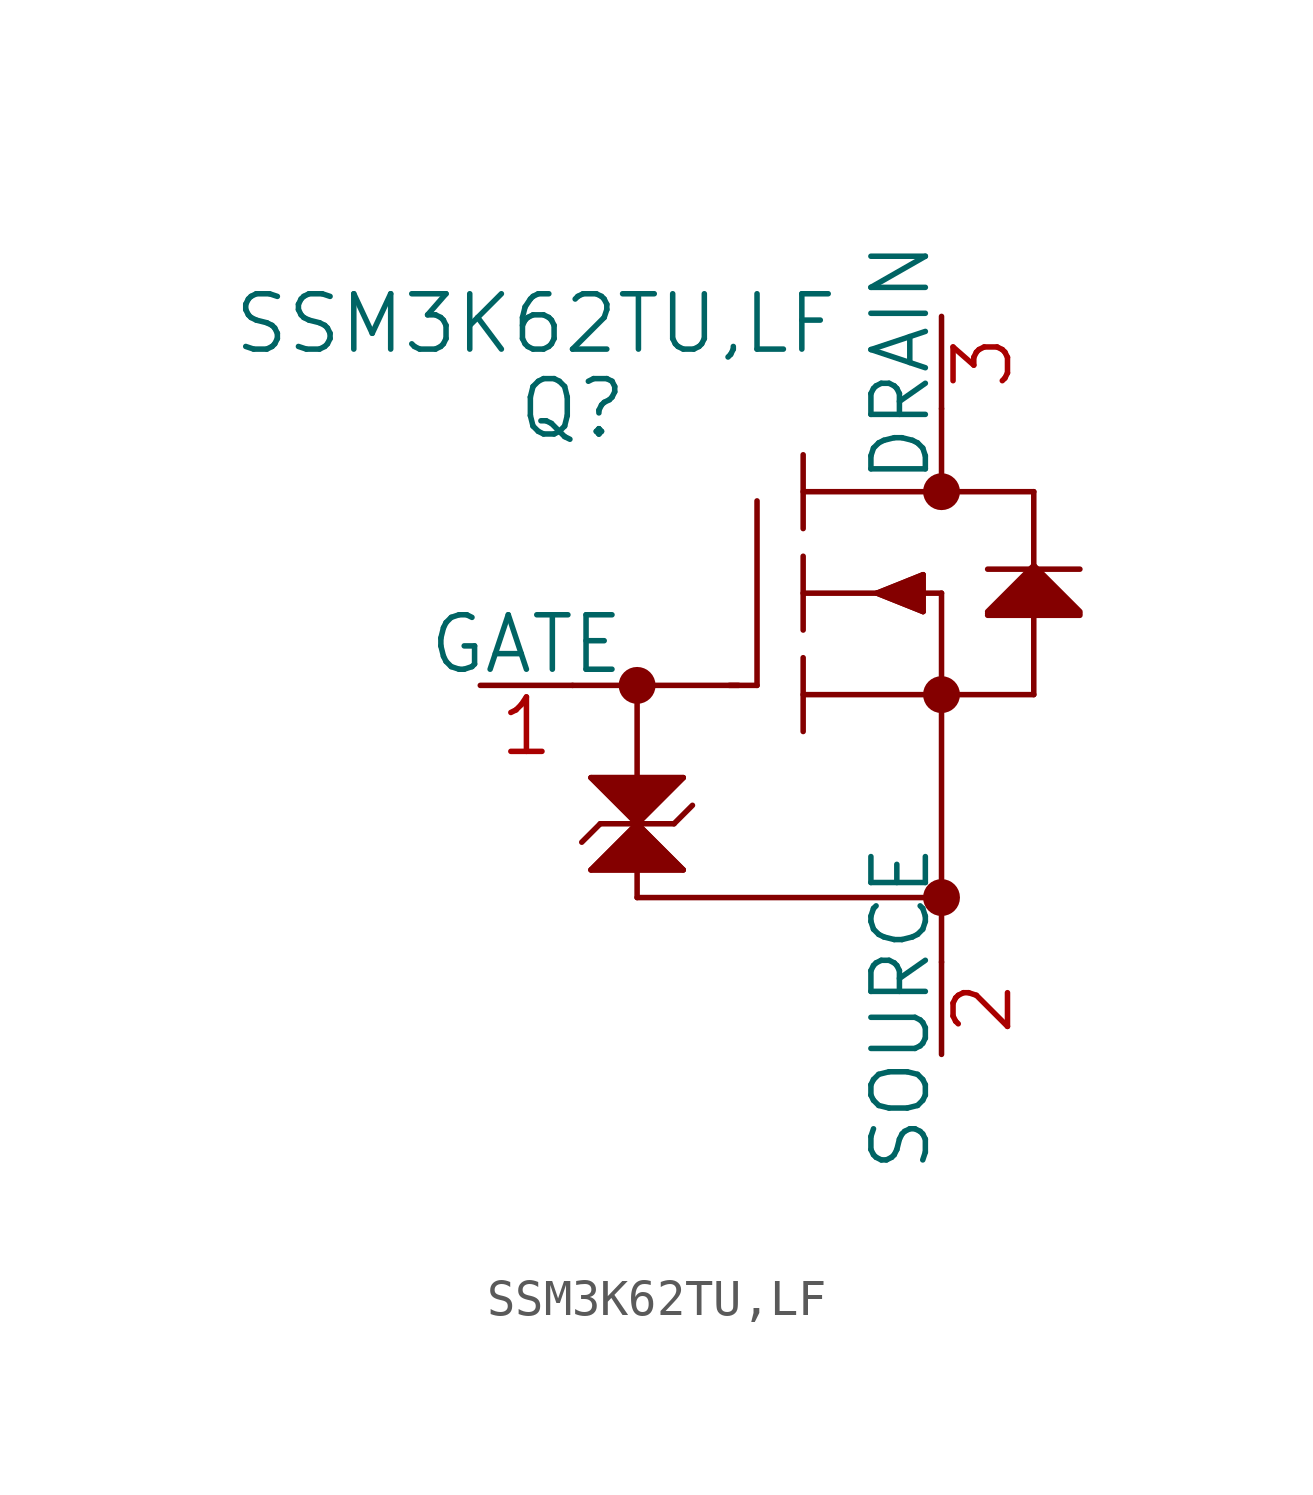
<source format=kicad_sym>
(kicad_symbol_lib
  (version 20211014)
  (generator kicad_symbol_editor)
  (symbol "SSM3K62TU,LF"
    (pin_names
      (offset 0))
    (property "Reference" "Q"
      (at 0 0 0)
      (effects (font (size 1.524 1.524))))
    (property "Value" "SSM3K62TU,LF"
      (at -1.016 2.337 0)
      (effects (font (size 1.524 1.524))))
    (property "Datasheet" ""
      (at 0 0 0)
      (effects (font (size 1.524 1.524))))
    (property "ki_locked" ""
      (at 0 0 0)
      (effects (font (size 1.27 1.27))))
    (symbol "SSM3K62TU,LF_0_1"
      (polyline (pts (xy 10.16 -5.08) (xy 9.398 -5.08)) (stroke (width 0) (type default) (color 0 0 0 0)) (fill (type none))))
    (symbol "SSM3K62TU,LF_1_1"
      (polyline (pts (xy 0 -7.62) (xy 4.572 -7.62)) (stroke (width 0.152) (type default) (color 0 0 0 0)) (fill (type none)))
      (polyline (pts (xy 0.508 -12.7) (xy 3.048 -12.7)) (stroke (width 0.152) (type default) (color 0 0 0 0)) (fill (type none)))
      (polyline (pts (xy 0.508 -10.16) (xy 3.048 -10.16)) (stroke (width 0.152) (type default) (color 0 0 0 0)) (fill (type none)))
      (polyline (pts (xy 0.762 -11.43) (xy 0.254 -11.938)) (stroke (width 0.152) (type default) (color 0 0 0 0)) (fill (type none)))
      (polyline (pts (xy 0.762 -11.43) (xy 2.794 -11.43)) (stroke (width 0.152) (type default) (color 0 0 0 0)) (fill (type none)))
      (polyline (pts (xy 1.778 -13.462) (xy 10.16 -13.462)) (stroke (width 0.152) (type default) (color 0 0 0 0)) (fill (type none)))
      (polyline (pts (xy 1.778 -11.43) (xy 0.508 -12.7)) (stroke (width 0.152) (type default) (color 0 0 0 0)) (fill (type none)))
      (polyline (pts (xy 1.778 -11.43) (xy 0.508 -10.16)) (stroke (width 0.152) (type default) (color 0 0 0 0)) (fill (type none)))
      (polyline (pts (xy 1.778 -7.62) (xy 1.778 -13.462)) (stroke (width 0.152) (type default) (color 0 0 0 0)) (fill (type none)))
      (polyline (pts (xy 2.794 -11.43) (xy 3.302 -10.922)) (stroke (width 0.152) (type default) (color 0 0 0 0)) (fill (type none)))
      (polyline (pts (xy 3.048 -12.7) (xy 1.778 -11.43)) (stroke (width 0.152) (type default) (color 0 0 0 0)) (fill (type none)))
      (polyline (pts (xy 3.048 -10.16) (xy 1.778 -11.43)) (stroke (width 0.152) (type default) (color 0 0 0 0)) (fill (type none)))
      (polyline (pts (xy 5.08 -7.62) (xy 4.318 -7.62)) (stroke (width 0.152) (type default) (color 0 0 0 0)) (fill (type none)))
      (polyline (pts (xy 5.08 -7.62) (xy 5.08 -2.54)) (stroke (width 0.152) (type default) (color 0 0 0 0)) (fill (type none)))
      (polyline (pts (xy 6.35 -8.89) (xy 6.35 -6.858)) (stroke (width 0.152) (type default) (color 0 0 0 0)) (fill (type none)))
      (polyline (pts (xy 6.35 -7.874) (xy 12.7 -7.874)) (stroke (width 0.152) (type default) (color 0 0 0 0)) (fill (type none)))
      (polyline (pts (xy 6.35 -6.096) (xy 6.35 -4.064)) (stroke (width 0.152) (type default) (color 0 0 0 0)) (fill (type none)))
      (polyline (pts (xy 6.35 -5.08) (xy 8.89 -5.08)) (stroke (width 0.152) (type default) (color 0 0 0 0)) (fill (type none)))
      (polyline (pts (xy 6.35 -3.302) (xy 6.35 -1.27)) (stroke (width 0.152) (type default) (color 0 0 0 0)) (fill (type none)))
      (polyline (pts (xy 9.652 -5.588) (xy 8.382 -5.08)) (stroke (width 0.152) (type default) (color 0 0 0 0)) (fill (type none)))
      (polyline (pts (xy 9.652 -5.588) (xy 9.652 -4.572)) (stroke (width 0.152) (type default) (color 0 0 0 0)) (fill (type none)))
      (polyline (pts (xy 9.652 -4.572) (xy 8.382 -5.08)) (stroke (width 0.152) (type default) (color 0 0 0 0)) (fill (type none)))
      (polyline (pts (xy 10.16 -5.08) (xy 10.16 -15.24)) (stroke (width 0.152) (type default) (color 0 0 0 0)) (fill (type none)))
      (polyline (pts (xy 10.16 0) (xy 10.16 -2.286)) (stroke (width 0.152) (type default) (color 0 0 0 0)) (fill (type none)))
      (polyline (pts (xy 11.43 -5.639) (xy 13.97 -5.639)) (stroke (width 0.152) (type default) (color 0 0 0 0)) (fill (type none)))
      (polyline (pts (xy 11.43 -5.588) (xy 12.7 -4.318)) (stroke (width 0.152) (type default) (color 0 0 0 0)) (fill (type none)))
      (polyline (pts (xy 12.7 -7.874) (xy 12.7 -5.588)) (stroke (width 0.152) (type default) (color 0 0 0 0)) (fill (type none)))
      (polyline (pts (xy 12.7 -4.318) (xy 12.7 -2.286)) (stroke (width 0.152) (type default) (color 0 0 0 0)) (fill (type none)))
      (polyline (pts (xy 12.7 -2.286) (xy 6.35 -2.286)) (stroke (width 0.152) (type default) (color 0 0 0 0)) (fill (type none)))
      (polyline (pts (xy 13.97 -5.588) (xy 12.7 -4.318)) (stroke (width 0.152) (type default) (color 0 0 0 0)) (fill (type none)))
      (polyline (pts (xy 13.97 -4.42) (xy 11.43 -4.42)) (stroke (width 0.152) (type default) (color 0 0 0 0)) (fill (type none)))
      (polyline (pts (xy 9.652 -5.588) (xy 9.652 -4.572) (xy 8.382 -5.08) (xy 9.652 -5.588)) (stroke (width 0) (type default) (color 0 0 0 0)) (fill (type outline)))
      (polyline (pts (xy 13.97 -5.69) (xy 12.7 -4.42) (xy 11.43 -5.69) (xy 13.97 -5.69)) (stroke (width 0) (type default) (color 0 0 0 0)) (fill (type outline)))
      (polyline (pts (xy 0.508 -10.16) (xy 1.778 -11.43) (xy 0.508 -12.7) (xy 3.048 -12.7) (xy 1.778 -11.43) (xy 3.048 -10.16) (xy 0.508 -10.16)) (stroke (width 0) (type default) (color 0 0 0 0)) (fill (type outline)))
      (circle (center 1.778 -7.62) (radius 0.254) (stroke (width 0.508) (type default) (color 0 0 0 0)) (fill (type none)))
      (circle (center 10.16 -13.462) (radius 0.254) (stroke (width 0.508) (type default) (color 0 0 0 0)) (fill (type none)))
      (circle (center 10.16 -7.874) (radius 0.254) (stroke (width 0.508) (type default) (color 0 0 0 0)) (fill (type none)))
      (circle (center 10.16 -2.286) (radius 0.254) (stroke (width 0.508) (type default) (color 0 0 0 0)) (fill (type none)))
      (pin unspecified line (at -2.54 -7.62 0) (length 2.54) (name "GATE" (effects (font (size 1.499 1.499)))) (number "1" (effects (font (size 1.499 1.499)))))
      (pin unspecified line (at 10.16 -17.78 90) (length 2.54) (name "SOURCE" (effects (font (size 1.499 1.499)))) (number "2" (effects (font (size 1.499 1.499)))))
      (pin unspecified line (at 10.16 2.54 270) (length 2.54) (name "DRAIN" (effects (font (size 1.499 1.499)))) (number "3" (effects (font (size 1.499 1.499))))))))
</source>
